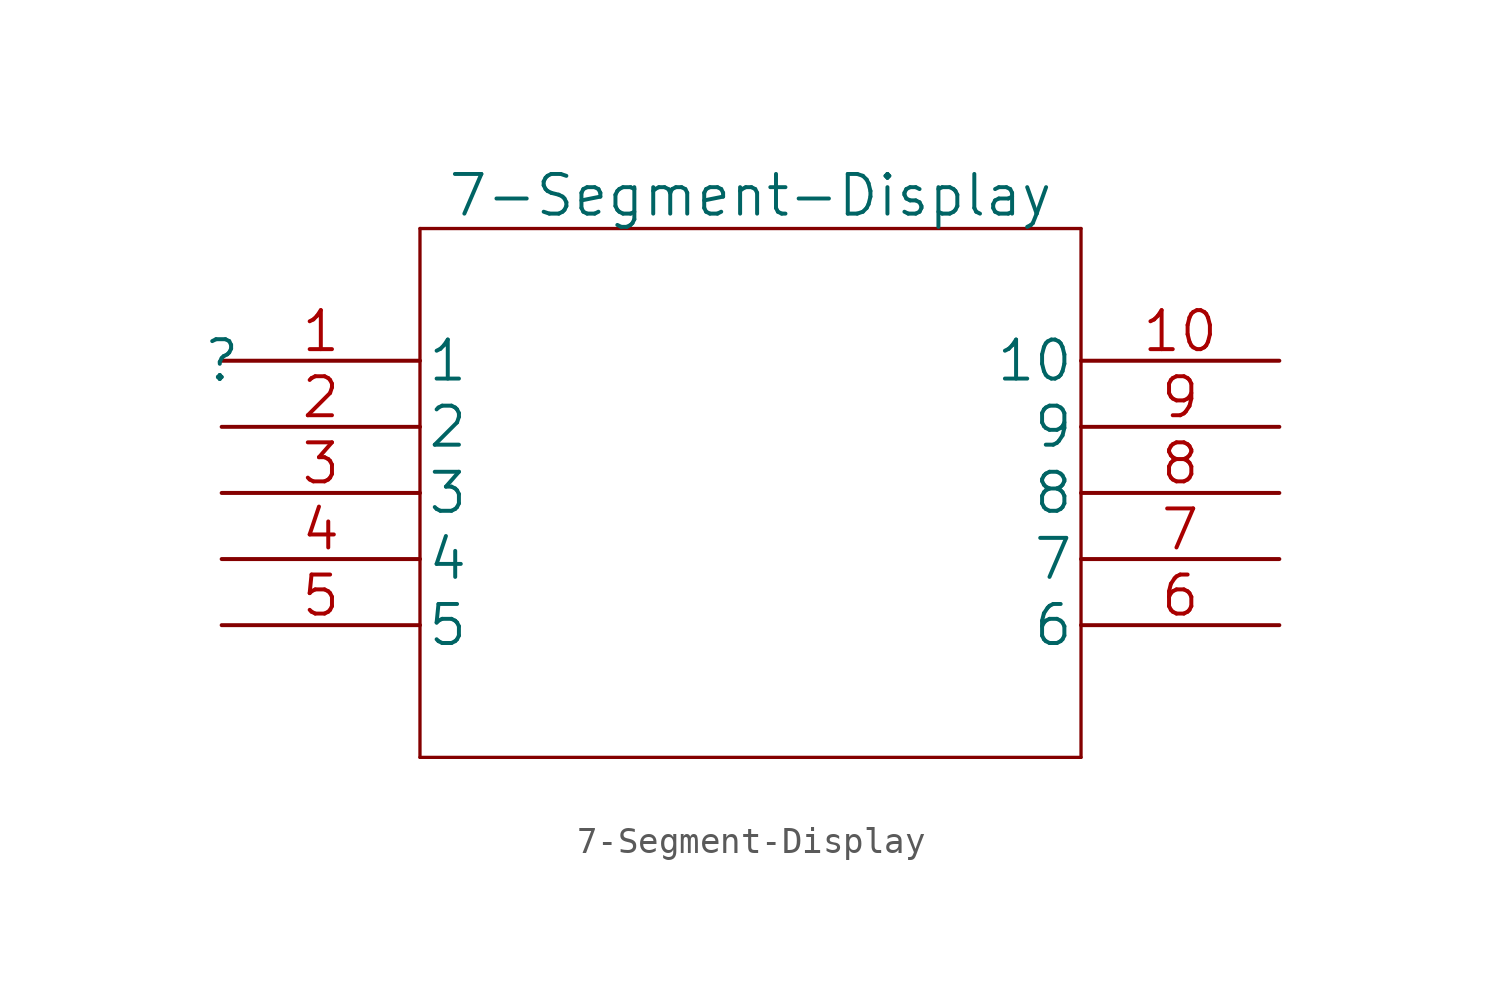
<source format=kicad_sym>
(kicad_symbol_lib
  (version 20220914)
  (generator kicad_symbol_editor)
  (symbol "7-Segment-Display"
    (pin_names
      (offset 0.254))
    (property "Reference" ""
      (at 0 0 0)
      (effects (font (size 1.524 1.524))))
    (property "Value" "7-Segment-Display"
      (at 20.32 6.35 0)
      (effects (font (size 1.524 1.524))))
    (property "Datasheet" ""
      (at 0 0 0)
      (effects (font (size 1.524 1.524))))
    (symbol "7-Segment-Display_1_1"
      (polyline (pts (xy 7.62 -15.24) (xy 33.02 -15.24)) (stroke (width 0.127) (type solid)) (fill (type none)))
      (polyline (pts (xy 7.62 5.08) (xy 7.62 -15.24)) (stroke (width 0.127) (type solid)) (fill (type none)))
      (polyline (pts (xy 33.02 -15.24) (xy 33.02 5.08)) (stroke (width 0.127) (type solid)) (fill (type none)))
      (polyline (pts (xy 33.02 5.08) (xy 7.62 5.08)) (stroke (width 0.127) (type solid)) (fill (type none)))
      (pin unspecified line (at 0 0 0) (length 7.62) (name "1" (effects (font (size 1.499 1.499)))) (number "1" (effects (font (size 1.499 1.499)))))
      (pin unspecified line (at 40.64 0 180) (length 7.62) (name "10" (effects (font (size 1.499 1.499)))) (number "10" (effects (font (size 1.499 1.499)))))
      (pin unspecified line (at 0 -2.54 0) (length 7.62) (name "2" (effects (font (size 1.499 1.499)))) (number "2" (effects (font (size 1.499 1.499)))))
      (pin unspecified line (at 0 -5.08 0) (length 7.62) (name "3" (effects (font (size 1.499 1.499)))) (number "3" (effects (font (size 1.499 1.499)))))
      (pin unspecified line (at 0 -7.62 0) (length 7.62) (name "4" (effects (font (size 1.499 1.499)))) (number "4" (effects (font (size 1.499 1.499)))))
      (pin unspecified line (at 0 -10.16 0) (length 7.62) (name "5" (effects (font (size 1.499 1.499)))) (number "5" (effects (font (size 1.499 1.499)))))
      (pin unspecified line (at 40.64 -10.16 180) (length 7.62) (name "6" (effects (font (size 1.499 1.499)))) (number "6" (effects (font (size 1.499 1.499)))))
      (pin unspecified line (at 40.64 -7.62 180) (length 7.62) (name "7" (effects (font (size 1.499 1.499)))) (number "7" (effects (font (size 1.499 1.499)))))
      (pin unspecified line (at 40.64 -5.08 180) (length 7.62) (name "8" (effects (font (size 1.499 1.499)))) (number "8" (effects (font (size 1.499 1.499)))))
      (pin unspecified line (at 40.64 -2.54 180) (length 7.62) (name "9" (effects (font (size 1.499 1.499)))) (number "9" (effects (font (size 1.499 1.499))))))))
</source>
